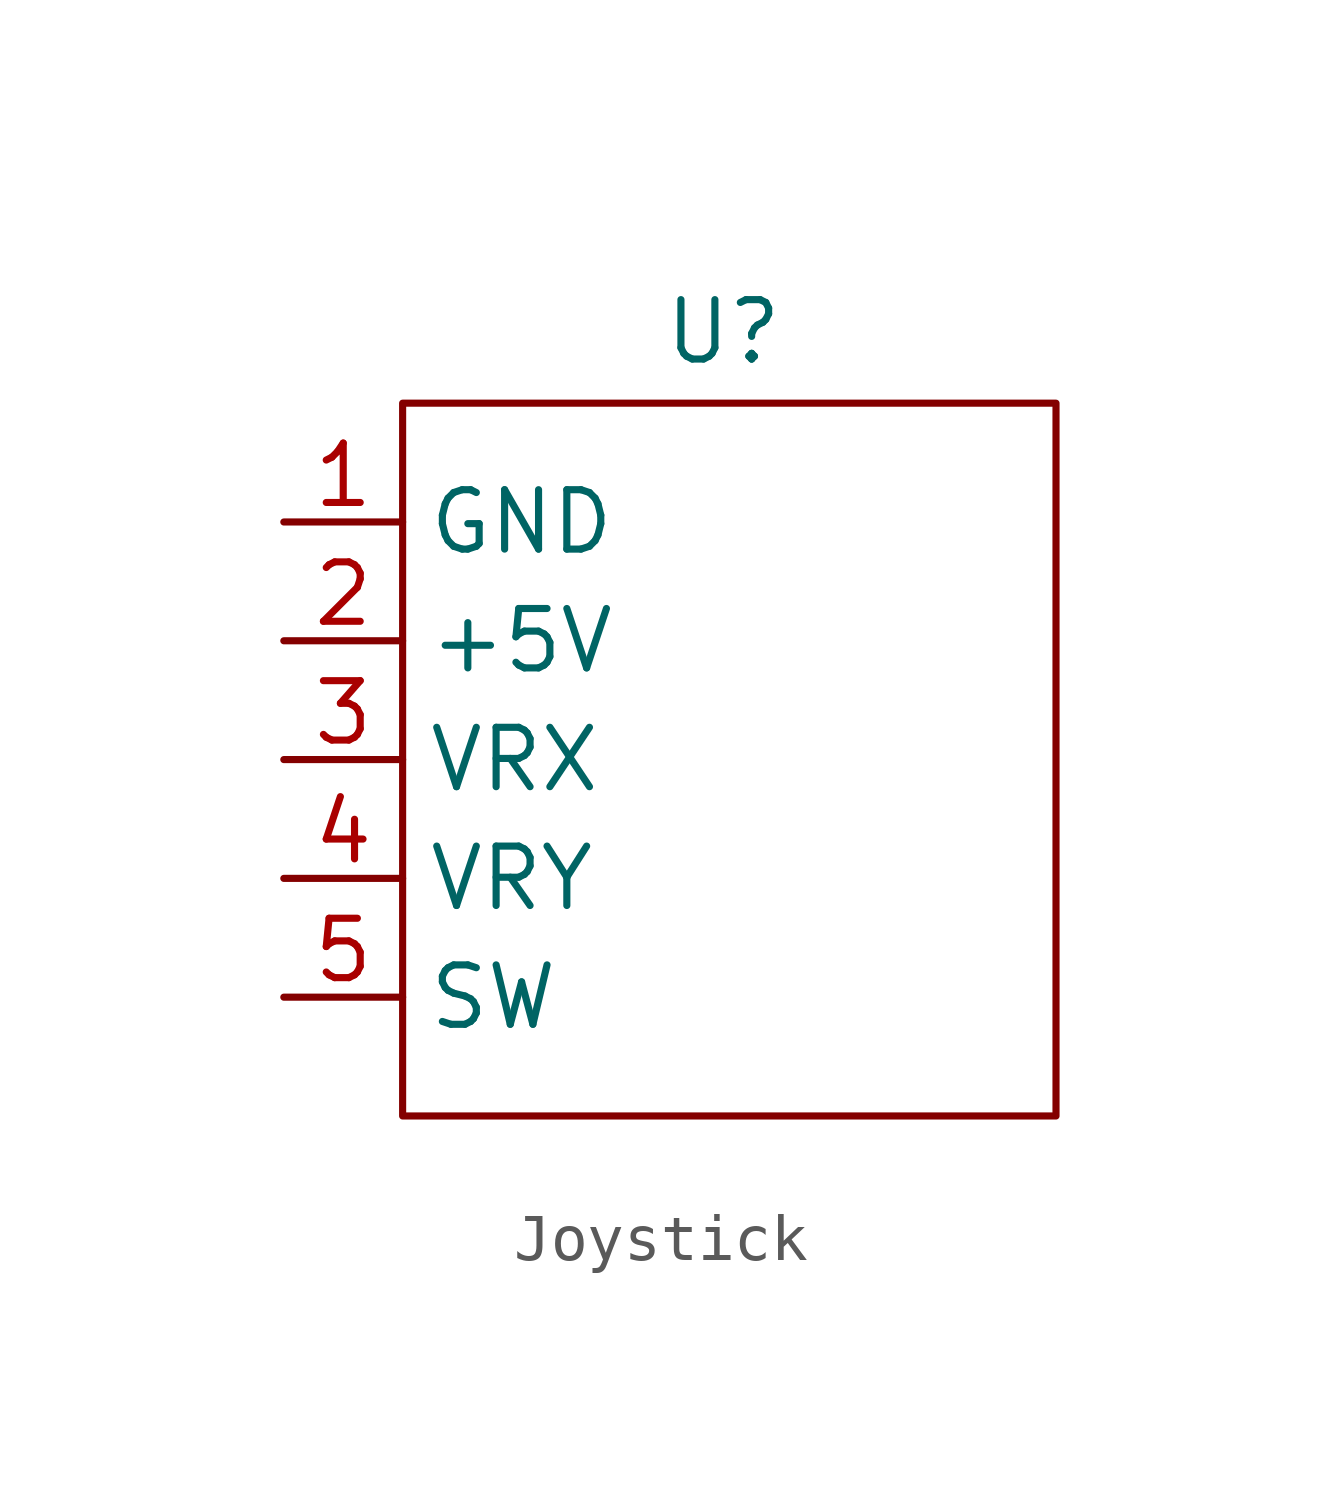
<source format=kicad_sym>
(kicad_symbol_lib
  (version 20231120)
  (generator "kicad_symbol_editor")
  (generator_version "8.0")
  (symbol "Joystick"
    (property "Reference" "U"
      (at -0.762 9.144 0)
      (effects (font (size 1.27 1.27))))
    (property "Value" ""
      (at 1.27 10.16 0)
      (effects (font (size 1.27 1.27))))
    (symbol "Joystick_0_1"
      (rectangle (start -7.62 7.62) (end 6.35 -7.62) (stroke (width 0) (type default)) (fill (type none))))
    (symbol "Joystick_1_1"
      (pin input line (at -10.16 5.08 0) (length 2.54) (name "GND" (effects (font (size 1.27 1.27)))) (number "1" (effects (font (size 1.27 1.27)))))
      (pin input line (at -10.16 2.54 0) (length 2.54) (name "+5V" (effects (font (size 1.27 1.27)))) (number "2" (effects (font (size 1.27 1.27)))))
      (pin output line (at -10.16 0 0) (length 2.54) (name "VRX" (effects (font (size 1.27 1.27)))) (number "3" (effects (font (size 1.27 1.27)))))
      (pin output line (at -10.16 -2.54 0) (length 2.54) (name "VRY" (effects (font (size 1.27 1.27)))) (number "4" (effects (font (size 1.27 1.27)))))
      (pin output line (at -10.16 -5.08 0) (length 2.54) (name "SW" (effects (font (size 1.27 1.27)))) (number "5" (effects (font (size 1.27 1.27))))))))
</source>
